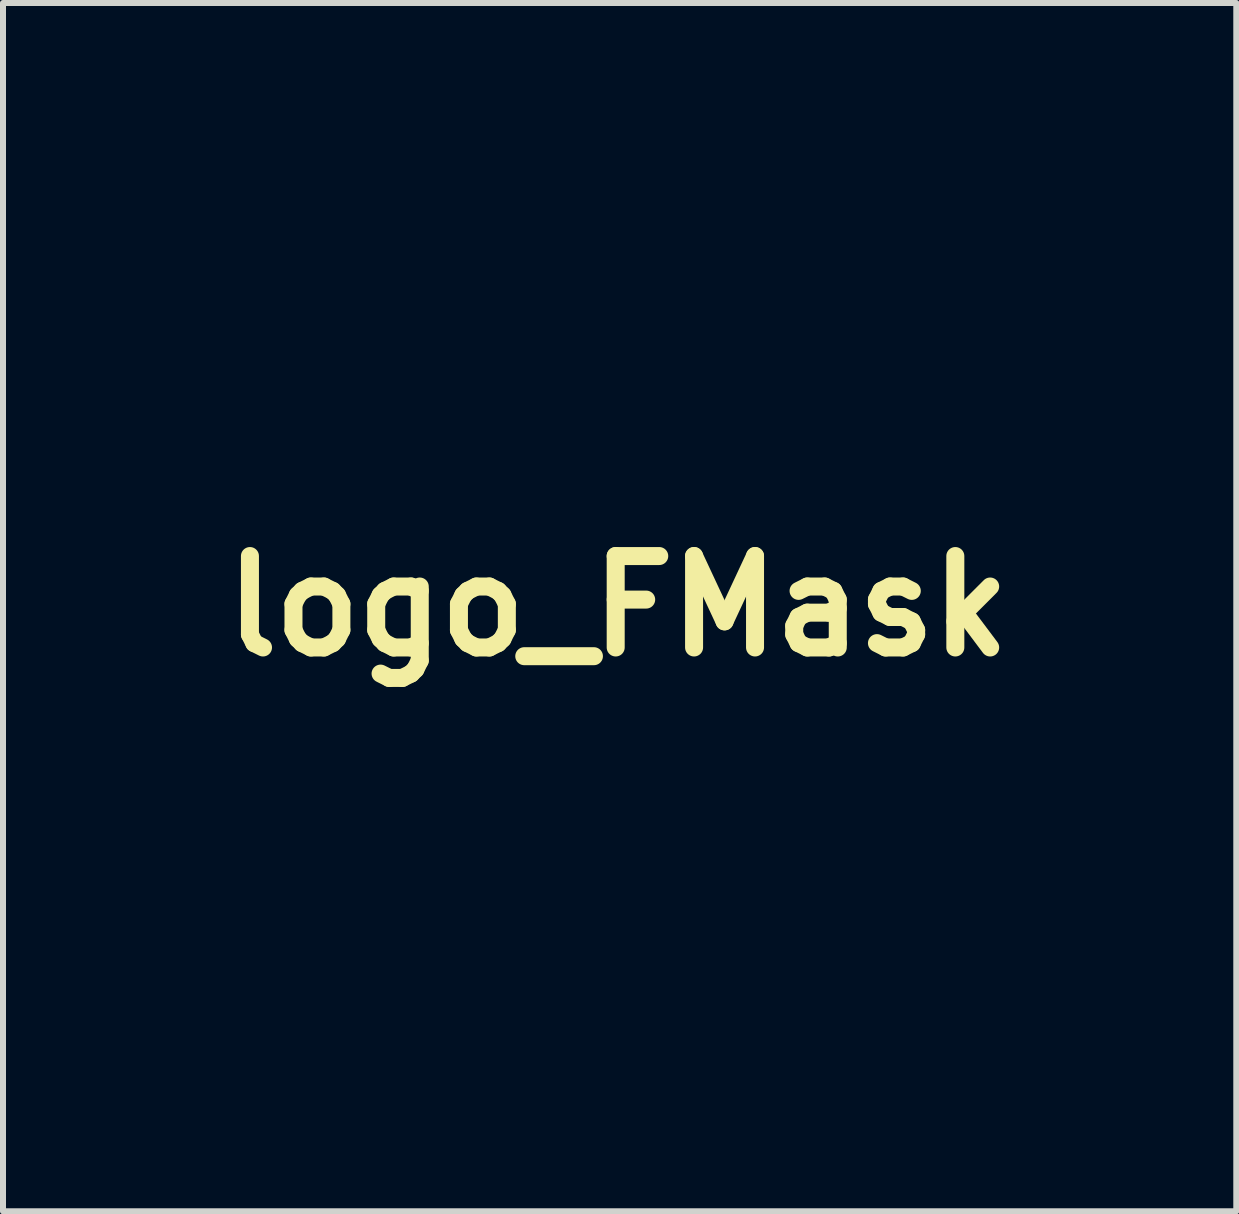
<source format=kicad_pcb>
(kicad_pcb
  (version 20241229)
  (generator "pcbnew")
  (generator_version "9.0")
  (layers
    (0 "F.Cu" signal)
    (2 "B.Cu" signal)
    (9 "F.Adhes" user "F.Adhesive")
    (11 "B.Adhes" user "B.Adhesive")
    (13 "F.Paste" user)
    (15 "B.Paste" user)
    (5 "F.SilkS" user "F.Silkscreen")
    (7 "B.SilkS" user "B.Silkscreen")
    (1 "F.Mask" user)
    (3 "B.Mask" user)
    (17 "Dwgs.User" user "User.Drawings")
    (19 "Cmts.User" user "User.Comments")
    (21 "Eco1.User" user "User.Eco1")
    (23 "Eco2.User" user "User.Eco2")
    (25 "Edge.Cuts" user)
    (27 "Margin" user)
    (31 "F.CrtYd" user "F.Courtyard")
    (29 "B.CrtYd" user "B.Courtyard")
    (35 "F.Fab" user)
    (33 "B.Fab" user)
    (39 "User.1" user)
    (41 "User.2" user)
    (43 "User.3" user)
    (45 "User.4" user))
  (footprint "logo_FMask"
    (layer "F.Cu")
    (at 7.248 7.052)
    (property "Reference" "logo_FMask" (at 0 0 0) (layer "F.SilkS") (effects (font (size 1.524 1.524) (thickness 0.3))))
    (attr through_hole)
    (fp_poly (pts (xy 4.318 2.794) (xy -4.318 2.794) (xy -4.318 2.095) (xy 4.318 2.095) (xy 4.318 2.794)) (stroke (width 0.01) (type solid)) (fill yes) (layer "F.Mask"))
    (fp_poly (pts (xy 4.381 -1.651) (xy -4.318 -1.651) (xy -4.318 -2.349) (xy 4.381 -2.349) (xy 4.381 -1.651)) (stroke (width 0.01) (type solid)) (fill yes) (layer "F.Mask"))
    (fp_poly (pts (xy 4.381 -0.572) (xy -4.255 -0.572) (xy -4.255 -1.27) (xy 4.381 -1.27) (xy 4.381 -0.572)) (stroke (width 0.01) (type solid)) (fill yes) (layer "F.Mask"))
    (fp_poly (pts (xy 4.381 0.635) (xy -4.318 0.635) (xy -4.318 -0.127) (xy 4.381 -0.127) (xy 4.381 0.635)) (stroke (width 0.01) (type solid)) (fill yes) (layer "F.Mask"))
    (fp_poly (pts (xy 4.381 1.651) (xy -4.318 1.651) (xy -4.318 0.953) (xy 4.381 0.953) (xy 4.381 1.651)) (stroke (width 0.01) (type solid)) (fill yes) (layer "F.Mask"))
    (fp_poly (pts (xy -5.016 5.905) (xy -4.381 5.905) (xy -4.381 5.207) (xy -3.873 5.207) (xy -3.873 7.048) (xy -4.381 7.048) (xy -4.381 6.35) (xy -5.016 6.35) (xy -5.016 7.048) (xy -5.524 7.048) (xy -5.524 5.207) (xy -5.016 5.207) (xy -5.016 5.905)) (stroke (width 0.01) (type solid)) (fill yes) (layer "F.Mask"))
    (fp_poly (pts (xy -5.652 5.397) (xy -5.662 5.52) (xy -5.716 5.574) (xy -5.851 5.588) (xy -5.905 5.588) (xy -6.16 5.588) (xy -6.16 7.048) (xy -6.604 7.048) (xy -6.604 5.588) (xy -6.858 5.588) (xy -7.021 5.58) (xy -7.093 5.54) (xy -7.112 5.438) (xy -7.112 5.397) (xy -7.112 5.207) (xy -5.652 5.207) (xy -5.652 5.397)) (stroke (width 0.01) (type solid)) (fill yes) (layer "F.Mask"))
    (fp_poly (pts (xy 0.135 -5.302) (xy 0.321 -5.245) (xy 0.602 -5.154) (xy 0.965 -5.032) (xy 1.398 -4.884) (xy 1.888 -4.713) (xy 2.423 -4.524) (xy 2.889 -4.358) (xy 5.62 -3.381) (xy 5.636 0.278) (xy 5.653 3.937) (xy -5.524 3.937) (xy -5.523 -2.731) (xy -4.636 -2.731) (xy -4.636 3.175) (xy 4.699 3.175) (xy 4.699 -2.731) (xy -4.636 -2.731) (xy -5.523 -2.731) (xy -5.523 -3.397) (xy -2.786 -4.35) (xy -2.221 -4.546) (xy -1.692 -4.729) (xy -1.209 -4.895) (xy -0.787 -5.04) (xy -0.436 -5.159) (xy -0.17 -5.248) (xy -0.002 -5.302) (xy 0.055 -5.319) (xy 0.135 -5.302)) (stroke (width 0.01) (type solid)) (fill yes) (layer "F.Mask"))
    (fp_poly (pts (xy 7.239 5.397) (xy 7.231 5.515) (xy 7.183 5.57) (xy 7.061 5.587) (xy 6.953 5.588) (xy 6.777 5.595) (xy 6.693 5.627) (xy 6.669 5.704) (xy 6.668 5.747) (xy 6.679 5.845) (xy 6.738 5.891) (xy 6.876 5.905) (xy 6.953 5.905) (xy 7.129 5.91) (xy 7.212 5.942) (xy 7.237 6.029) (xy 7.239 6.128) (xy 7.233 6.264) (xy 7.192 6.329) (xy 7.08 6.349) (xy 6.953 6.35) (xy 6.777 6.357) (xy 6.693 6.389) (xy 6.669 6.466) (xy 6.668 6.509) (xy 6.678 6.603) (xy 6.73 6.65) (xy 6.858 6.666) (xy 6.985 6.668) (xy 7.173 6.672) (xy 7.267 6.697) (xy 7.299 6.764) (xy 7.303 6.858) (xy 7.303 7.048) (xy 6.16 7.048) (xy 6.16 5.207) (xy 7.239 5.207) (xy 7.239 5.397)) (stroke (width 0.01) (type solid)) (fill yes) (layer "F.Mask"))
    (fp_poly (pts (xy -2.603 5.397) (xy -2.61 5.51) (xy -2.653 5.567) (xy -2.764 5.586) (xy -2.921 5.588) (xy -3.109 5.593) (xy -3.203 5.619) (xy -3.235 5.683) (xy -3.239 5.747) (xy -3.227 5.845) (xy -3.168 5.891) (xy -3.03 5.905) (xy -2.953 5.905) (xy -2.777 5.91) (xy -2.694 5.942) (xy -2.669 6.029) (xy -2.667 6.128) (xy -2.673 6.264) (xy -2.714 6.329) (xy -2.826 6.349) (xy -2.953 6.35) (xy -3.129 6.357) (xy -3.213 6.389) (xy -3.237 6.466) (xy -3.239 6.509) (xy -3.229 6.6) (xy -3.182 6.647) (xy -3.064 6.665) (xy -2.889 6.668) (xy -2.69 6.671) (xy -2.586 6.692) (xy -2.546 6.747) (xy -2.54 6.855) (xy -2.54 6.858) (xy -2.54 7.048) (xy -3.683 7.048) (xy -3.683 5.207) (xy -2.603 5.207) (xy -2.603 5.397)) (stroke (width 0.01) (type solid)) (fill yes) (layer "F.Mask"))
    (fp_poly (pts (xy 3.656 -5.809) (xy 4.302 -5.588) (xy 4.912 -5.379) (xy 5.475 -5.186) (xy 5.981 -5.013) (xy 6.419 -4.864) (xy 6.778 -4.741) (xy 7.049 -4.65) (xy 7.22 -4.592) (xy 7.282 -4.572) (xy 7.289 -4.512) (xy 7.296 -4.349) (xy 7.3 -4.105) (xy 7.302 -3.803) (xy 7.303 -3.715) (xy 7.303 -2.857) (xy 6.477 -2.857) (xy 6.477 -3.39) (xy 6.473 -3.659) (xy 6.458 -3.826) (xy 6.426 -3.92) (xy 6.373 -3.964) (xy 6.366 -3.968) (xy 6.286 -3.996) (xy 6.097 -4.061) (xy 5.811 -4.159) (xy 5.441 -4.285) (xy 4.997 -4.436) (xy 4.491 -4.608) (xy 3.936 -4.796) (xy 3.343 -4.997) (xy 3.153 -5.061) (xy 0.052 -6.111) (xy -3.149 -5.011) (xy -6.35 -3.911) (xy -6.35 -2.794) (xy -7.243 -2.794) (xy -7.225 -3.657) (xy -7.207 -4.52) (xy -3.578 -5.784) (xy 0.051 -7.047) (xy 3.656 -5.809)) (stroke (width 0.01) (type solid)) (fill yes) (layer "F.Mask"))
    (fp_poly (pts (xy -1.199 5.2) (xy -1.05 5.233) (xy -0.977 5.307) (xy -0.954 5.435) (xy -0.953 5.495) (xy -0.96 5.638) (xy -1.001 5.682) (xy -1.105 5.654) (xy -1.115 5.65) (xy -1.342 5.598) (xy -1.574 5.599) (xy -1.756 5.652) (xy -1.784 5.669) (xy -1.945 5.855) (xy -2.018 6.072) (xy -2.007 6.291) (xy -1.92 6.483) (xy -1.764 6.618) (xy -1.551 6.668) (xy -1.403 6.655) (xy -1.343 6.599) (xy -1.333 6.509) (xy -1.354 6.395) (xy -1.441 6.354) (xy -1.524 6.35) (xy -1.659 6.334) (xy -1.709 6.26) (xy -1.714 6.16) (xy -1.714 5.969) (xy -0.889 5.969) (xy -0.889 6.47) (xy -0.894 6.735) (xy -0.913 6.897) (xy -0.95 6.983) (xy -0.99 7.01) (xy -1.175 7.053) (xy -1.423 7.077) (xy -1.679 7.081) (xy -1.885 7.061) (xy -1.929 7.05) (xy -2.197 6.902) (xy -2.392 6.667) (xy -2.503 6.367) (xy -2.516 6.027) (xy -2.507 5.964) (xy -2.397 5.646) (xy -2.191 5.407) (xy -1.897 5.253) (xy -1.526 5.191) (xy -1.449 5.19) (xy -1.199 5.2)) (stroke (width 0.01) (type solid)) (fill yes) (layer "F.Mask"))
    (fp_poly (pts (xy 0.366 5.223) (xy 0.381 5.232) (xy 0.401 5.299) (xy 0.456 5.465) (xy 0.539 5.707) (xy 0.642 6.004) (xy 0.695 6.156) (xy 1.009 7.048) (xy 0.735 7.048) (xy 0.561 7.041) (xy 0.473 7) (xy 0.432 6.903) (xy 0.422 6.858) (xy 0.39 6.744) (xy 0.329 6.688) (xy 0.201 6.669) (xy 0.073 6.668) (xy -0.114 6.673) (xy -0.212 6.704) (xy -0.258 6.78) (xy -0.276 6.858) (xy -0.314 6.981) (xy -0.388 7.035) (xy -0.541 7.048) (xy -0.57 7.048) (xy -0.73 7.038) (xy -0.819 7.01) (xy -0.826 6.999) (xy -0.805 6.924) (xy -0.748 6.753) (xy -0.663 6.508) (xy -0.561 6.222) (xy -0.056 6.222) (xy -0.018 6.277) (xy 0.078 6.287) (xy 0.176 6.279) (xy 0.209 6.233) (xy 0.19 6.114) (xy 0.169 6.033) (xy 0.11 5.872) (xy 0.053 5.838) (xy -0.000467 5.931) (xy -0.038 6.082) (xy -0.056 6.222) (xy -0.561 6.222) (xy -0.558 6.213) (xy -0.515 6.094) (xy -0.204 5.239) (xy 0.089 5.219) (xy 0.261 5.214) (xy 0.366 5.223)) (stroke (width 0.01) (type solid)) (fill yes) (layer "F.Mask"))
    (fp_poly (pts (xy 5.683 5.198) (xy 5.847 5.234) (xy 5.924 5.299) (xy 5.953 5.432) (xy 5.957 5.486) (xy 5.964 5.642) (xy 5.938 5.698) (xy 5.867 5.683) (xy 5.862 5.681) (xy 5.726 5.642) (xy 5.533 5.609) (xy 5.48 5.603) (xy 5.286 5.6) (xy 5.149 5.653) (xy 5.051 5.738) (xy 4.923 5.938) (xy 4.89 6.161) (xy 4.941 6.375) (xy 5.065 6.549) (xy 5.252 6.652) (xy 5.37 6.668) (xy 5.519 6.655) (xy 5.579 6.599) (xy 5.588 6.509) (xy 5.567 6.395) (xy 5.48 6.354) (xy 5.397 6.35) (xy 5.263 6.334) (xy 5.213 6.26) (xy 5.207 6.16) (xy 5.207 5.969) (xy 6.032 5.969) (xy 6.032 6.47) (xy 6.027 6.735) (xy 6.008 6.897) (xy 5.971 6.983) (xy 5.932 7.01) (xy 5.739 7.054) (xy 5.481 7.078) (xy 5.217 7.079) (xy 5.005 7.054) (xy 4.974 7.046) (xy 4.717 6.907) (xy 4.531 6.686) (xy 4.422 6.41) (xy 4.396 6.107) (xy 4.459 5.803) (xy 4.616 5.525) (xy 4.641 5.496) (xy 4.886 5.308) (xy 5.204 5.201) (xy 5.563 5.183) (xy 5.683 5.198)) (stroke (width 0.01) (type solid)) (fill yes) (layer "F.Mask"))
    (fp_poly (pts (xy 3.615 5.221) (xy 3.897 5.239) (xy 4.198 6.064) (xy 4.309 6.371) (xy 4.402 6.638) (xy 4.469 6.841) (xy 4.502 6.956) (xy 4.504 6.969) (xy 4.449 7.026) (xy 4.283 7.048) (xy 4.261 7.048) (xy 4.093 7.036) (xy 4.002 6.978) (xy 3.947 6.858) (xy 3.892 6.739) (xy 3.81 6.683) (xy 3.656 6.668) (xy 3.597 6.668) (xy 3.417 6.676) (xy 3.32 6.719) (xy 3.262 6.818) (xy 3.248 6.858) (xy 3.182 7.048) (xy 2.119 7.048) (xy 1.983 6.807) (xy 1.866 6.625) (xy 1.744 6.474) (xy 1.717 6.448) (xy 1.644 6.387) (xy 1.605 6.388) (xy 1.59 6.473) (xy 1.588 6.662) (xy 1.587 6.689) (xy 1.587 7.048) (xy 1.079 7.048) (xy 1.079 5.81) (xy 1.587 5.81) (xy 1.604 5.975) (xy 1.663 6.024) (xy 1.781 5.965) (xy 1.838 5.921) (xy 1.933 5.791) (xy 1.921 5.671) (xy 1.813 5.597) (xy 1.739 5.588) (xy 1.636 5.606) (xy 1.594 5.684) (xy 1.587 5.81) (xy 1.079 5.81) (xy 1.079 5.207) (xy 1.553 5.207) (xy 1.809 5.217) (xy 2.033 5.242) (xy 2.18 5.277) (xy 2.185 5.279) (xy 2.341 5.413) (xy 2.422 5.61) (xy 2.424 5.83) (xy 2.345 6.033) (xy 2.249 6.137) (xy 2.208 6.189) (xy 2.215 6.268) (xy 2.278 6.401) (xy 2.395 6.594) (xy 2.517 6.783) (xy 2.614 6.922) (xy 2.666 6.982) (xy 2.668 6.982) (xy 2.699 6.927) (xy 2.764 6.772) (xy 2.855 6.539) (xy 2.962 6.248) (xy 2.962 6.248) (xy 3.446 6.248) (xy 3.493 6.282) (xy 3.588 6.287) (xy 3.707 6.268) (xy 3.747 6.232) (xy 3.727 6.141) (xy 3.68 5.988) (xy 3.672 5.965) (xy 3.598 5.751) (xy 3.518 5.971) (xy 3.456 6.154) (xy 3.446 6.248) (xy 2.962 6.248) (xy 3.017 6.094) (xy 3.334 5.203) (xy 3.615 5.221)) (stroke (width 0.01) (type solid)) (fill yes) (layer "F.Mask")))
  (gr_rect
    (start -3 -3)
    (end 17.555 17.138)
    (stroke (width 0.1) (type default))
    (fill no)
    (layer "Edge.Cuts")))
</source>
